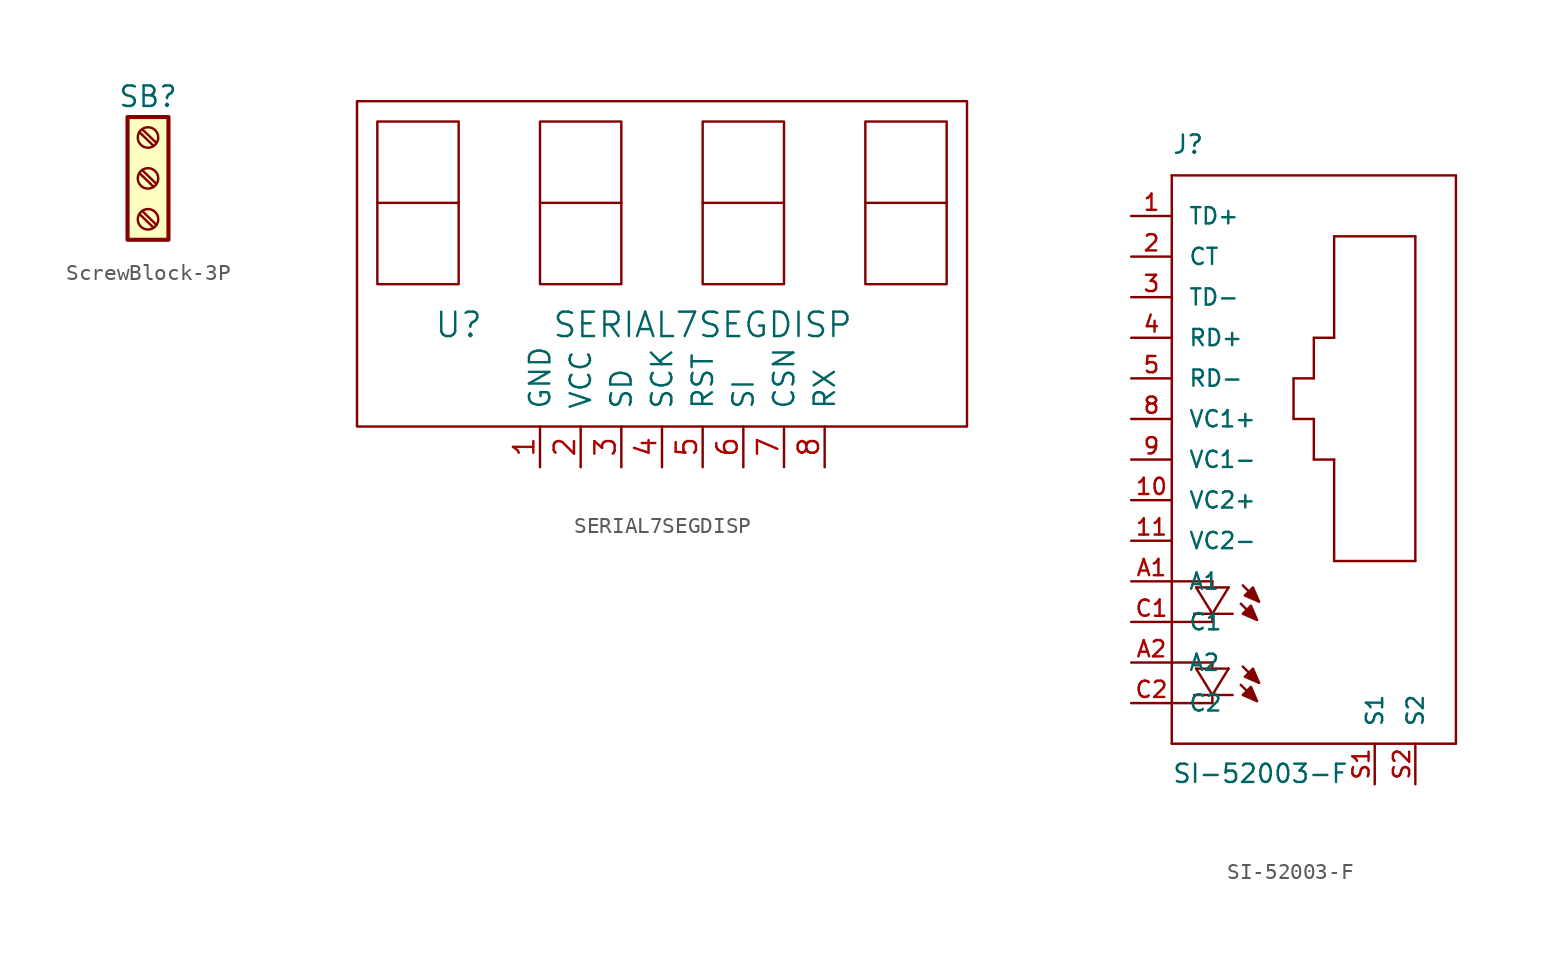
<source format=kicad_sym>
(kicad_symbol_lib
  (version 20220914)
  (generator kicad_symbol_editor)
  (symbol "ScrewBlock-3P"
    (pin_names
      (offset 1.016) hide)
    (property "Reference" "SB"
      (at 0 5.08 0)
      (effects (font (size 1.27 1.27))))
    (symbol "ScrewBlock-3P_1_1"
      (rectangle (start -1.27 3.81) (end 1.27 -3.81) (stroke (width 0.254) (type default)) (fill (type background)))
      (circle (center 0 -2.54) (radius 0.635) (stroke (width 0.152) (type default)) (fill (type none)))
      (polyline (pts (xy -0.533 -2.21) (xy 0.33 -3.048)) (stroke (width 0.152) (type default)) (fill (type none)))
      (polyline (pts (xy -0.533 0.33) (xy 0.33 -0.508)) (stroke (width 0.152) (type default)) (fill (type none)))
      (polyline (pts (xy -0.533 2.87) (xy 0.33 2.032)) (stroke (width 0.152) (type default)) (fill (type none)))
      (polyline (pts (xy -0.356 -2.032) (xy 0.508 -2.87)) (stroke (width 0.152) (type default)) (fill (type none)))
      (polyline (pts (xy -0.356 0.508) (xy 0.508 -0.33)) (stroke (width 0.152) (type default)) (fill (type none)))
      (polyline (pts (xy -0.356 3.048) (xy 0.508 2.21)) (stroke (width 0.152) (type default)) (fill (type none)))
      (circle (center 0 0) (radius 0.635) (stroke (width 0.152) (type default)) (fill (type none)))
      (circle (center 0 2.54) (radius 0.635) (stroke (width 0.152) (type default)) (fill (type none)))))
  (symbol "SERIAL7SEGDISP"
    (pin_names
      (offset 1.016))
    (property "Reference" "U"
      (at -12.7 -2.54 0)
      (effects (font (size 1.524 1.524))))
    (property "Value" "SERIAL7SEGDISP"
      (at 2.54 -2.54 0)
      (effects (font (size 1.524 1.524))))
    (symbol "SERIAL7SEGDISP_0_1"
      (rectangle (start -19.05 -8.89) (end 19.05 11.43) (stroke (width 0) (type default)) (fill (type none)))
      (polyline (pts (xy -17.78 5.08) (xy -12.7 5.08) (xy -12.7 5.08)) (stroke (width 0) (type default)) (fill (type none)))
      (polyline (pts (xy -7.62 5.08) (xy -2.54 5.08) (xy -2.54 5.08)) (stroke (width 0) (type default)) (fill (type none)))
      (polyline (pts (xy 2.54 5.08) (xy 7.62 5.08) (xy 7.62 5.08)) (stroke (width 0) (type default)) (fill (type none)))
      (polyline (pts (xy 12.7 5.08) (xy 17.78 5.08) (xy 17.78 5.08)) (stroke (width 0) (type default)) (fill (type none)))
      (polyline (pts (xy -17.78 10.16) (xy -17.78 0) (xy -12.7 0) (xy -12.7 10.16) (xy -17.78 10.16) (xy -17.78 10.16)) (stroke (width 0) (type default)) (fill (type none)))
      (polyline (pts (xy -7.62 10.16) (xy -7.62 0) (xy -2.54 0) (xy -2.54 10.16) (xy -7.62 10.16) (xy -7.62 10.16)) (stroke (width 0) (type default)) (fill (type none)))
      (polyline (pts (xy 2.54 10.16) (xy 2.54 0) (xy 7.62 0) (xy 7.62 10.16) (xy 2.54 10.16) (xy 2.54 10.16)) (stroke (width 0) (type default)) (fill (type none)))
      (polyline (pts (xy 12.7 10.16) (xy 12.7 0) (xy 16.51 0) (xy 17.78 0) (xy 17.78 10.16) (xy 12.7 10.16) (xy 12.7 10.16)) (stroke (width 0) (type default)) (fill (type none))))
    (symbol "SERIAL7SEGDISP_1_1"
      (pin input line (at -7.62 -11.43 90) (length 2.54) (name "GND" (effects (font (size 1.27 1.27)))) (number "1" (effects (font (size 1.27 1.27)))))
      (pin input line (at -5.08 -11.43 90) (length 2.54) (name "VCC" (effects (font (size 1.27 1.27)))) (number "2" (effects (font (size 1.27 1.27)))))
      (pin input line (at -2.54 -11.43 90) (length 2.54) (name "SD" (effects (font (size 1.27 1.27)))) (number "3" (effects (font (size 1.27 1.27)))))
      (pin input line (at 0 -11.43 90) (length 2.54) (name "SCK" (effects (font (size 1.27 1.27)))) (number "4" (effects (font (size 1.27 1.27)))))
      (pin input line (at 2.54 -11.43 90) (length 2.54) (name "RST" (effects (font (size 1.27 1.27)))) (number "5" (effects (font (size 1.27 1.27)))))
      (pin input line (at 5.08 -11.43 90) (length 2.54) (name "SI" (effects (font (size 1.27 1.27)))) (number "6" (effects (font (size 1.27 1.27)))))
      (pin input line (at 7.62 -11.43 90) (length 2.54) (name "CSN" (effects (font (size 1.27 1.27)))) (number "7" (effects (font (size 1.27 1.27)))))
      (pin input line (at 10.16 -11.43 90) (length 2.54) (name "RX" (effects (font (size 1.27 1.27)))) (number "8" (effects (font (size 1.27 1.27)))))))
  (symbol "SI-52003-F"
    (pin_names
      (offset 1.016))
    (property "Reference" "J"
      (at -7.62 21.59 0)
      (effects (font (size 1.143 1.143)) (justify left bottom)))
    (property "Value" "SI-52003-F"
      (at -7.62 -17.78 0)
      (effects (font (size 1.143 1.143)) (justify left bottom)))
    (property "ki_locked" ""
      (at 0 0 0)
      (effects (font (size 1.27 1.27))))
    (symbol "SI-52003-F_1_0"
      (polyline (pts (xy -7.62 -15.24) (xy 10.16 -15.24)) (stroke (width 0) (type default)) (fill (type none)))
      (polyline (pts (xy -7.62 -10.16) (xy -5.08 -10.16)) (stroke (width 0) (type default)) (fill (type none)))
      (polyline (pts (xy -7.62 -7.62) (xy -7.62 -15.24)) (stroke (width 0) (type default)) (fill (type none)))
      (polyline (pts (xy -7.62 -5.08) (xy -7.62 -7.62)) (stroke (width 0) (type default)) (fill (type none)))
      (polyline (pts (xy -7.62 -5.08) (xy -5.08 -5.08)) (stroke (width 0) (type default)) (fill (type none)))
      (polyline (pts (xy -7.62 20.32) (xy -7.62 -5.08)) (stroke (width 0) (type default)) (fill (type none)))
      (polyline (pts (xy -6.223 -12.192) (xy -5.08 -12.192)) (stroke (width 0) (type default)) (fill (type none)))
      (polyline (pts (xy -6.223 -7.112) (xy -5.08 -7.112)) (stroke (width 0) (type default)) (fill (type none)))
      (polyline (pts (xy -6.096 -10.541) (xy -5.08 -12.192)) (stroke (width 0) (type default)) (fill (type none)))
      (polyline (pts (xy -6.096 -10.541) (xy -4.064 -10.541)) (stroke (width 0) (type default)) (fill (type none)))
      (polyline (pts (xy -6.096 -5.461) (xy -5.08 -7.112)) (stroke (width 0) (type default)) (fill (type none)))
      (polyline (pts (xy -6.096 -5.461) (xy -4.064 -5.461)) (stroke (width 0) (type default)) (fill (type none)))
      (polyline (pts (xy -5.08 -12.7) (xy -7.62 -12.7)) (stroke (width 0) (type default)) (fill (type none)))
      (polyline (pts (xy -5.08 -12.319) (xy -5.08 -12.7)) (stroke (width 0) (type default)) (fill (type none)))
      (polyline (pts (xy -5.08 -12.192) (xy -4.064 -10.541)) (stroke (width 0) (type default)) (fill (type none)))
      (polyline (pts (xy -5.08 -12.192) (xy -3.81 -12.192)) (stroke (width 0) (type default)) (fill (type none)))
      (polyline (pts (xy -5.08 -10.16) (xy -5.08 -10.414)) (stroke (width 0) (type default)) (fill (type none)))
      (polyline (pts (xy -5.08 -7.62) (xy -7.62 -7.62)) (stroke (width 0) (type default)) (fill (type none)))
      (polyline (pts (xy -5.08 -7.239) (xy -5.08 -7.62)) (stroke (width 0) (type default)) (fill (type none)))
      (polyline (pts (xy -5.08 -7.112) (xy -4.064 -5.461)) (stroke (width 0) (type default)) (fill (type none)))
      (polyline (pts (xy -5.08 -7.112) (xy -3.81 -7.112)) (stroke (width 0) (type default)) (fill (type none)))
      (polyline (pts (xy -5.08 -5.08) (xy -5.08 -5.334)) (stroke (width 0) (type default)) (fill (type none)))
      (polyline (pts (xy -3.302 -11.557) (xy -2.286 -12.573)) (stroke (width 0) (type default)) (fill (type none)))
      (polyline (pts (xy -3.302 -6.477) (xy -2.286 -7.493)) (stroke (width 0) (type default)) (fill (type none)))
      (polyline (pts (xy -3.175 -10.414) (xy -2.159 -11.43)) (stroke (width 0) (type default)) (fill (type none)))
      (polyline (pts (xy -3.175 -5.334) (xy -2.159 -6.35)) (stroke (width 0) (type default)) (fill (type none)))
      (polyline (pts (xy 0 5.08) (xy 1.27 5.08)) (stroke (width 0) (type default)) (fill (type none)))
      (polyline (pts (xy 0 7.62) (xy 0 5.08)) (stroke (width 0) (type default)) (fill (type none)))
      (polyline (pts (xy 1.27 2.54) (xy 2.54 2.54)) (stroke (width 0) (type default)) (fill (type none)))
      (polyline (pts (xy 1.27 5.08) (xy 1.27 2.54)) (stroke (width 0) (type default)) (fill (type none)))
      (polyline (pts (xy 1.27 7.62) (xy 0 7.62)) (stroke (width 0) (type default)) (fill (type none)))
      (polyline (pts (xy 1.27 10.16) (xy 1.27 7.62)) (stroke (width 0) (type default)) (fill (type none)))
      (polyline (pts (xy 2.54 -3.81) (xy 7.62 -3.81)) (stroke (width 0) (type default)) (fill (type none)))
      (polyline (pts (xy 2.54 2.54) (xy 2.54 -3.81)) (stroke (width 0) (type default)) (fill (type none)))
      (polyline (pts (xy 2.54 10.16) (xy 1.27 10.16)) (stroke (width 0) (type default)) (fill (type none)))
      (polyline (pts (xy 2.54 16.51) (xy 2.54 10.16)) (stroke (width 0) (type default)) (fill (type none)))
      (polyline (pts (xy 7.62 -3.81) (xy 7.62 16.51)) (stroke (width 0) (type default)) (fill (type none)))
      (polyline (pts (xy 7.62 16.51) (xy 2.54 16.51)) (stroke (width 0) (type default)) (fill (type none)))
      (polyline (pts (xy 10.16 -15.24) (xy 10.16 20.32)) (stroke (width 0) (type default)) (fill (type none)))
      (polyline (pts (xy 10.16 20.32) (xy -7.62 20.32)) (stroke (width 0) (type default)) (fill (type none))))
    (symbol "SI-52003-F_1_1"
      (polyline (pts (xy -2.286 -12.573) (xy -2.667 -11.684) (xy -2.667 -11.684) (xy -3.175 -12.192) (xy -3.175 -12.192) (xy -2.286 -12.573)) (stroke (width 0) (type default)) (fill (type outline)))
      (polyline (pts (xy -2.286 -7.493) (xy -2.667 -6.604) (xy -2.667 -6.604) (xy -3.175 -7.112) (xy -3.175 -7.112) (xy -2.286 -7.493)) (stroke (width 0) (type default)) (fill (type outline)))
      (polyline (pts (xy -2.159 -11.43) (xy -2.54 -10.541) (xy -2.54 -10.541) (xy -3.048 -11.049) (xy -3.048 -11.049) (xy -2.159 -11.43)) (stroke (width 0) (type default)) (fill (type outline)))
      (polyline (pts (xy -2.159 -6.35) (xy -2.54 -5.461) (xy -2.54 -5.461) (xy -3.048 -5.969) (xy -3.048 -5.969) (xy -2.159 -6.35)) (stroke (width 0) (type default)) (fill (type outline)))
      (pin passive line (at -10.16 17.78 0) (length 2.54) (name "TD+" (effects (font (size 1.016 1.016)))) (number "1" (effects (font (size 1.016 1.016)))))
      (pin passive line (at -10.16 0 0) (length 2.54) (name "VC2+" (effects (font (size 1.016 1.016)))) (number "10" (effects (font (size 1.016 1.016)))))
      (pin bidirectional line (at -10.16 -2.54 0) (length 2.54) (name "VC2-" (effects (font (size 1.016 1.016)))) (number "11" (effects (font (size 1.016 1.016)))))
      (pin passive line (at -10.16 15.24 0) (length 2.54) (name "CT" (effects (font (size 1.016 1.016)))) (number "2" (effects (font (size 1.016 1.016)))))
      (pin passive line (at -10.16 12.7 0) (length 2.54) (name "TD-" (effects (font (size 1.016 1.016)))) (number "3" (effects (font (size 1.016 1.016)))))
      (pin passive line (at -10.16 10.16 0) (length 2.54) (name "RD+" (effects (font (size 1.016 1.016)))) (number "4" (effects (font (size 1.016 1.016)))))
      (pin passive line (at -10.16 7.62 0) (length 2.54) (name "RD-" (effects (font (size 1.016 1.016)))) (number "5" (effects (font (size 1.016 1.016)))))
      (pin passive line (at -10.16 5.08 0) (length 2.54) (name "VC1+" (effects (font (size 1.016 1.016)))) (number "8" (effects (font (size 1.016 1.016)))))
      (pin passive line (at -10.16 2.54 0) (length 2.54) (name "VC1-" (effects (font (size 1.016 1.016)))) (number "9" (effects (font (size 1.016 1.016)))))
      (pin passive line (at -10.16 -5.08 0) (length 2.54) (name "A1" (effects (font (size 1.016 1.016)))) (number "A1" (effects (font (size 1.016 1.016)))))
      (pin passive line (at -10.16 -10.16 0) (length 2.54) (name "A2" (effects (font (size 1.016 1.016)))) (number "A2" (effects (font (size 1.016 1.016)))))
      (pin passive line (at -10.16 -7.62 0) (length 2.54) (name "C1" (effects (font (size 1.016 1.016)))) (number "C1" (effects (font (size 1.016 1.016)))))
      (pin passive line (at -10.16 -12.7 0) (length 2.54) (name "C2" (effects (font (size 1.016 1.016)))) (number "C2" (effects (font (size 1.016 1.016)))))
      (pin passive line (at 5.08 -17.78 90) (length 2.54) (name "S1" (effects (font (size 1.016 1.016)))) (number "S1" (effects (font (size 1.016 1.016)))))
      (pin passive line (at 7.62 -17.78 90) (length 2.54) (name "S2" (effects (font (size 1.016 1.016)))) (number "S2" (effects (font (size 1.016 1.016))))))))
</source>
